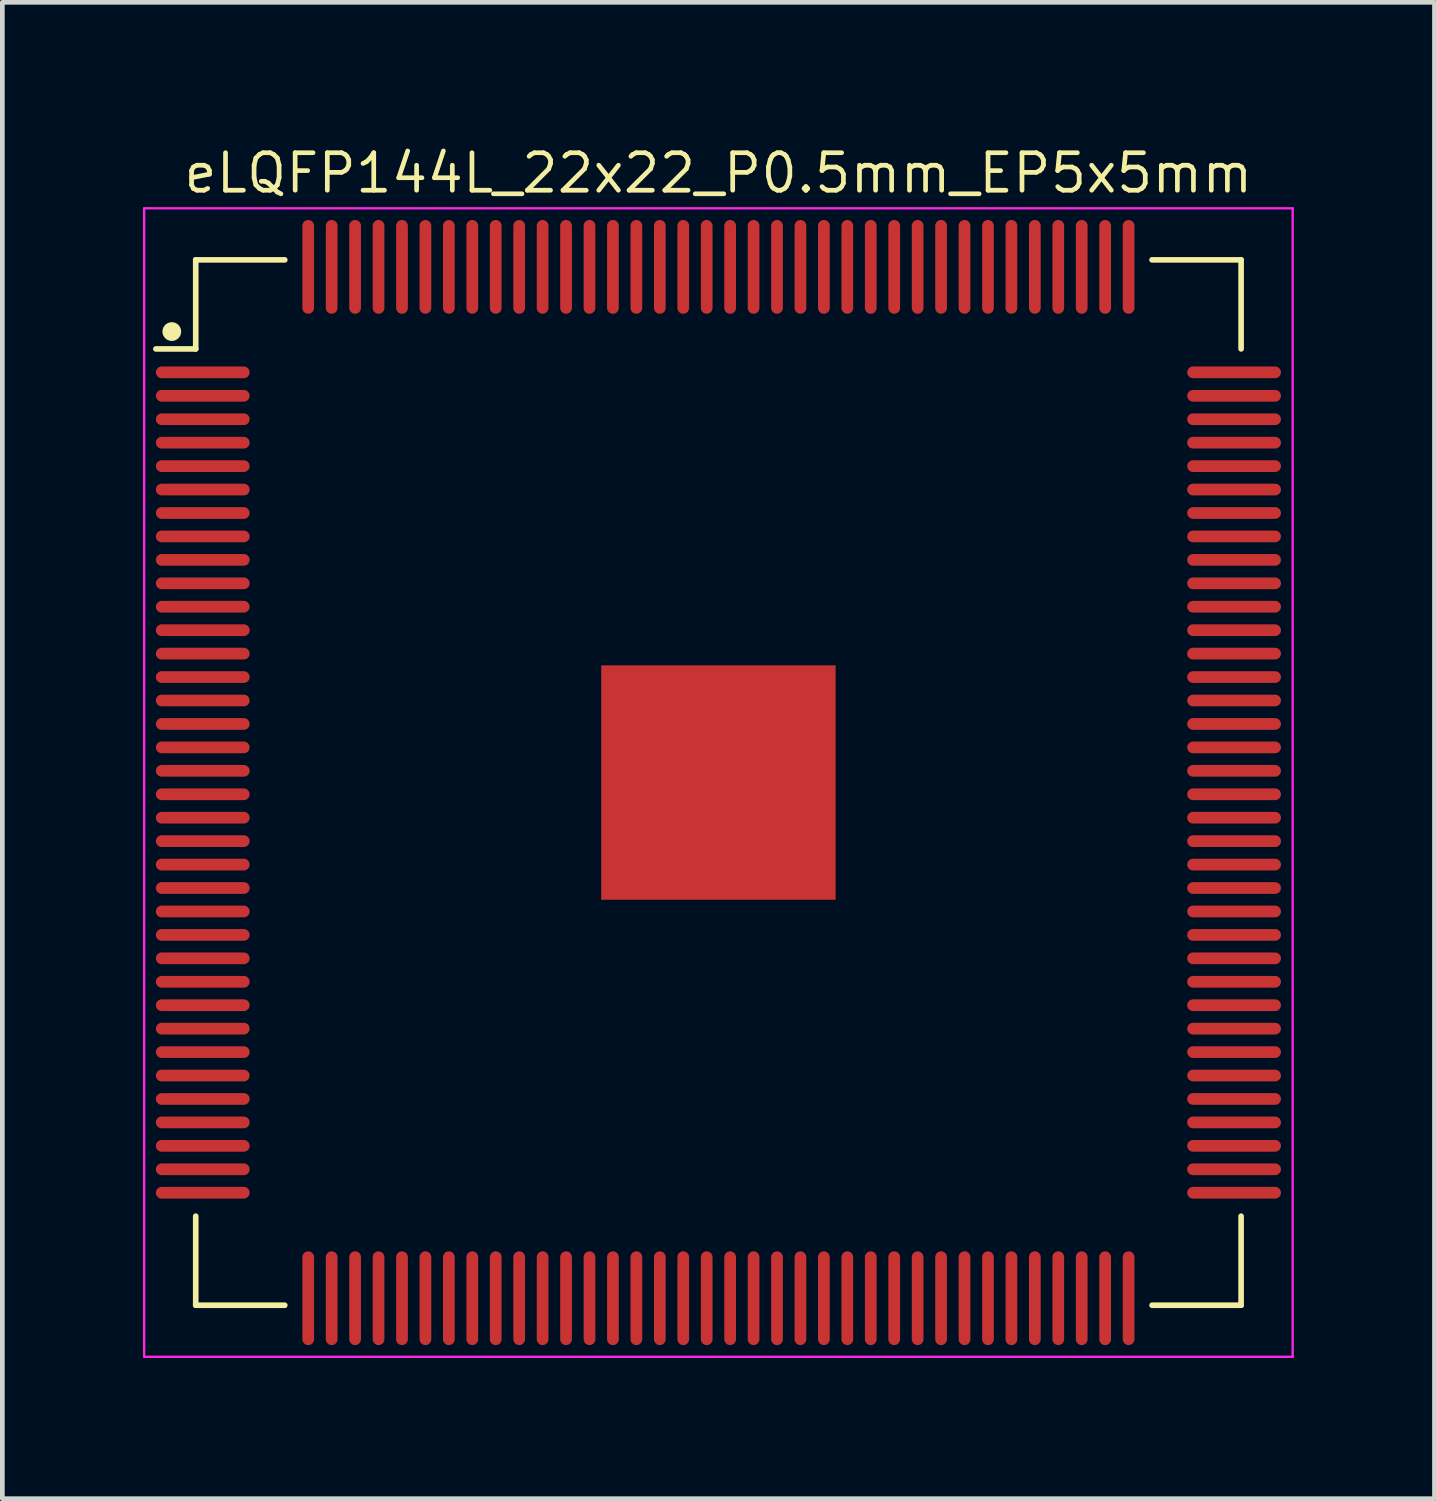
<source format=kicad_pcb>
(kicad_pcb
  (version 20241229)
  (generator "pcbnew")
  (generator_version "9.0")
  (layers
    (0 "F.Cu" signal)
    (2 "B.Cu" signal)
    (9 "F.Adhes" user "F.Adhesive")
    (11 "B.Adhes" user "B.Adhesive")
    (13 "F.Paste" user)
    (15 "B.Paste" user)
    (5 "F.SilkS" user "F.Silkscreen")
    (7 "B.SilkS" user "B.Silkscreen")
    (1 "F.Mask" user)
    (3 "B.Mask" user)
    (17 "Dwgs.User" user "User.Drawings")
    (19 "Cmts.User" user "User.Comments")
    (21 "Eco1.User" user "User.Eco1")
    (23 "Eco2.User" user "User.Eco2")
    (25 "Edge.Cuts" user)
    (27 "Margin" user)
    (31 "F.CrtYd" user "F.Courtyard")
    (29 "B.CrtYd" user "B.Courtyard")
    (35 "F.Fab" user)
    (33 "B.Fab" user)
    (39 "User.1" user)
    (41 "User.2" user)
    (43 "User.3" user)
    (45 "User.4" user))
  (footprint "eLQFP144L_22x22_P0.5mm_EP5x5mm"
    (layer "F.Cu")
    (at 12.275 13.643)
    (property "Reference" "eLQFP144L_22x22_P0.5mm_EP5x5mm" (at 0 -13 0) (unlocked yes) (layer "F.SilkS") (effects (font (size 0.8 0.8) (thickness 0.1))))
    (attr through_hole)
    (fp_line (start -11.15 -11.15) (end -11.15 -9.25) (stroke (width 0.12) (type solid)) (layer "F.SilkS"))
    (fp_line (start -11.15 -9.25) (end -12 -9.25) (stroke (width 0.12) (type solid)) (layer "F.SilkS"))
    (fp_line (start -11.15 11.15) (end -11.15 9.25) (stroke (width 0.12) (type solid)) (layer "F.SilkS"))
    (fp_line (start -9.25 -11.15) (end -11.15 -11.15) (stroke (width 0.12) (type solid)) (layer "F.SilkS"))
    (fp_line (start -9.25 11.15) (end -11.15 11.15) (stroke (width 0.12) (type solid)) (layer "F.SilkS"))
    (fp_line (start 9.25 -11.15) (end 11.15 -11.15) (stroke (width 0.12) (type solid)) (layer "F.SilkS"))
    (fp_line (start 9.25 11.15) (end 11.15 11.15) (stroke (width 0.12) (type solid)) (layer "F.SilkS"))
    (fp_line (start 11.15 -11.15) (end 11.15 -9.25) (stroke (width 0.12) (type solid)) (layer "F.SilkS"))
    (fp_line (start 11.15 11.15) (end 11.15 9.25) (stroke (width 0.12) (type solid)) (layer "F.SilkS"))
    (fp_circle (center -11.66 -9.62) (end -11.66 -9.72) (stroke (width 0.2) (type solid)) (fill no) (layer "F.SilkS"))
    (fp_line (start -12.25 -12.25) (end 12.25 -12.25) (stroke (width 0.05) (type solid)) (layer "F.CrtYd"))
    (fp_line (start -12.25 12.25) (end -12.25 -12.25) (stroke (width 0.05) (type solid)) (layer "F.CrtYd"))
    (fp_line (start 12.25 -12.25) (end 12.25 12.25) (stroke (width 0.05) (type solid)) (layer "F.CrtYd"))
    (fp_line (start 12.25 12.25) (end -12.25 12.25) (stroke (width 0.05) (type solid)) (layer "F.CrtYd"))
    (pad "" smd roundrect (at -1.676 -1.676) (size 1.13 1.13) (layers "F.Paste") (roundrect_rratio 0.221))
    (pad "" smd roundrect (at -1.674 0) (size 1.13 1.13) (layers "F.Paste") (roundrect_rratio 0.221))
    (pad "" smd roundrect (at -1.674 1.674) (size 1.13 1.13) (layers "F.Paste") (roundrect_rratio 0.221))
    (pad "" smd roundrect (at 0 -1.676) (size 1.13 1.13) (layers "F.Paste") (roundrect_rratio 0.221))
    (pad "" smd roundrect (at 0 1.674) (size 1.13 1.13) (layers "F.Paste") (roundrect_rratio 0.221))
    (pad "" smd roundrect (at 0.025 -0.076) (size 1.13 1.13) (layers "F.Paste") (roundrect_rratio 0.221))
    (pad "" smd roundrect (at 1.6 -0.152) (size 1.13 1.13) (layers "F.Paste") (roundrect_rratio 0.221))
    (pad "" smd roundrect (at 1.674 1.674) (size 1.13 1.13) (layers "F.Paste") (roundrect_rratio 0.221))
    (pad "" smd roundrect (at 1.676 -1.676) (size 1.13 1.13) (layers "F.Paste") (roundrect_rratio 0.221))
    (pad "1" smd oval (at -11 -8.75 90) (size 0.25 2) (layers "F.Cu" "F.Mask" "F.Paste"))
    (pad "2" smd oval (at -11 -8.25 90) (size 0.25 2) (layers "F.Cu" "F.Mask" "F.Paste"))
    (pad "3" smd oval (at -11 -7.75 90) (size 0.25 2) (layers "F.Cu" "F.Mask" "F.Paste"))
    (pad "4" smd oval (at -11 -7.25 90) (size 0.25 2) (layers "F.Cu" "F.Mask" "F.Paste"))
    (pad "5" smd oval (at -11 -6.75 90) (size 0.25 2) (layers "F.Cu" "F.Mask" "F.Paste"))
    (pad "6" smd oval (at -11 -6.25 90) (size 0.25 2) (layers "F.Cu" "F.Mask" "F.Paste"))
    (pad "7" smd oval (at -11 -5.75 90) (size 0.25 2) (layers "F.Cu" "F.Mask" "F.Paste"))
    (pad "8" smd oval (at -11 -5.25 90) (size 0.25 2) (layers "F.Cu" "F.Mask" "F.Paste"))
    (pad "9" smd oval (at -11 -4.75 90) (size 0.25 2) (layers "F.Cu" "F.Mask" "F.Paste"))
    (pad "10" smd oval (at -11 -4.25 90) (size 0.25 2) (layers "F.Cu" "F.Mask" "F.Paste"))
    (pad "11" smd oval (at -11 -3.75 90) (size 0.25 2) (layers "F.Cu" "F.Mask" "F.Paste"))
    (pad "12" smd oval (at -11 -3.25 90) (size 0.25 2) (layers "F.Cu" "F.Mask" "F.Paste"))
    (pad "13" smd oval (at -11 -2.75 90) (size 0.25 2) (layers "F.Cu" "F.Mask" "F.Paste"))
    (pad "14" smd oval (at -11 -2.25 90) (size 0.25 2) (layers "F.Cu" "F.Mask" "F.Paste"))
    (pad "15" smd oval (at -11 -1.75 90) (size 0.25 2) (layers "F.Cu" "F.Mask" "F.Paste"))
    (pad "16" smd oval (at -11 -1.25 90) (size 0.25 2) (layers "F.Cu" "F.Mask" "F.Paste"))
    (pad "17" smd oval (at -11 -0.75 90) (size 0.25 2) (layers "F.Cu" "F.Mask" "F.Paste"))
    (pad "18" smd oval (at -11 -0.25 90) (size 0.25 2) (layers "F.Cu" "F.Mask" "F.Paste"))
    (pad "19" smd oval (at -11 0.25 90) (size 0.25 2) (layers "F.Cu" "F.Mask" "F.Paste"))
    (pad "20" smd oval (at -11 0.75 90) (size 0.25 2) (layers "F.Cu" "F.Mask" "F.Paste"))
    (pad "21" smd oval (at -11 1.25 90) (size 0.25 2) (layers "F.Cu" "F.Mask" "F.Paste"))
    (pad "22" smd oval (at -11 1.75 90) (size 0.25 2) (layers "F.Cu" "F.Mask" "F.Paste"))
    (pad "23" smd oval (at -11 2.25 90) (size 0.25 2) (layers "F.Cu" "F.Mask" "F.Paste"))
    (pad "24" smd oval (at -11 2.75 90) (size 0.25 2) (layers "F.Cu" "F.Mask" "F.Paste"))
    (pad "25" smd oval (at -11 3.25 90) (size 0.25 2) (layers "F.Cu" "F.Mask" "F.Paste"))
    (pad "26" smd oval (at -11 3.75 90) (size 0.25 2) (layers "F.Cu" "F.Mask" "F.Paste"))
    (pad "27" smd oval (at -11 4.25 90) (size 0.25 2) (layers "F.Cu" "F.Mask" "F.Paste"))
    (pad "28" smd oval (at -11 4.75 90) (size 0.25 2) (layers "F.Cu" "F.Mask" "F.Paste"))
    (pad "29" smd oval (at -11 5.25 90) (size 0.25 2) (layers "F.Cu" "F.Mask" "F.Paste"))
    (pad "30" smd oval (at -11 5.75 90) (size 0.25 2) (layers "F.Cu" "F.Mask" "F.Paste"))
    (pad "31" smd oval (at -11 6.25 90) (size 0.25 2) (layers "F.Cu" "F.Mask" "F.Paste"))
    (pad "32" smd oval (at -11 6.75 90) (size 0.25 2) (layers "F.Cu" "F.Mask" "F.Paste"))
    (pad "33" smd oval (at -11 7.25 90) (size 0.25 2) (layers "F.Cu" "F.Mask" "F.Paste"))
    (pad "34" smd oval (at -11 7.75 90) (size 0.25 2) (layers "F.Cu" "F.Mask" "F.Paste"))
    (pad "35" smd oval (at -11 8.25 90) (size 0.25 2) (layers "F.Cu" "F.Mask" "F.Paste"))
    (pad "36" smd oval (at -11 8.75 90) (size 0.25 2) (layers "F.Cu" "F.Mask" "F.Paste"))
    (pad "37" smd oval (at -8.75 11) (size 0.25 2) (layers "F.Cu" "F.Mask" "F.Paste"))
    (pad "38" smd oval (at -8.25 11) (size 0.25 2) (layers "F.Cu" "F.Mask" "F.Paste"))
    (pad "39" smd oval (at -7.75 11) (size 0.25 2) (layers "F.Cu" "F.Mask" "F.Paste"))
    (pad "40" smd oval (at -7.25 11) (size 0.25 2) (layers "F.Cu" "F.Mask" "F.Paste"))
    (pad "41" smd oval (at -6.75 11) (size 0.25 2) (layers "F.Cu" "F.Mask" "F.Paste"))
    (pad "42" smd oval (at -6.25 11) (size 0.25 2) (layers "F.Cu" "F.Mask" "F.Paste"))
    (pad "43" smd oval (at -5.75 11) (size 0.25 2) (layers "F.Cu" "F.Mask" "F.Paste"))
    (pad "44" smd oval (at -5.25 11) (size 0.25 2) (layers "F.Cu" "F.Mask" "F.Paste"))
    (pad "45" smd oval (at -4.75 11) (size 0.25 2) (layers "F.Cu" "F.Mask" "F.Paste"))
    (pad "46" smd oval (at -4.25 11) (size 0.25 2) (layers "F.Cu" "F.Mask" "F.Paste"))
    (pad "47" smd oval (at -3.75 11) (size 0.25 2) (layers "F.Cu" "F.Mask" "F.Paste"))
    (pad "48" smd oval (at -3.25 11) (size 0.25 2) (layers "F.Cu" "F.Mask" "F.Paste"))
    (pad "49" smd oval (at -2.75 11) (size 0.25 2) (layers "F.Cu" "F.Mask" "F.Paste"))
    (pad "50" smd oval (at -2.25 11) (size 0.25 2) (layers "F.Cu" "F.Mask" "F.Paste"))
    (pad "51" smd oval (at -1.75 11) (size 0.25 2) (layers "F.Cu" "F.Mask" "F.Paste"))
    (pad "52" smd oval (at -1.25 11) (size 0.25 2) (layers "F.Cu" "F.Mask" "F.Paste"))
    (pad "53" smd oval (at -0.75 11) (size 0.25 2) (layers "F.Cu" "F.Mask" "F.Paste"))
    (pad "54" smd oval (at -0.25 11) (size 0.25 2) (layers "F.Cu" "F.Mask" "F.Paste"))
    (pad "55" smd oval (at 0.25 11) (size 0.25 2) (layers "F.Cu" "F.Mask" "F.Paste"))
    (pad "56" smd oval (at 0.75 11) (size 0.25 2) (layers "F.Cu" "F.Mask" "F.Paste"))
    (pad "57" smd oval (at 1.25 11) (size 0.25 2) (layers "F.Cu" "F.Mask" "F.Paste"))
    (pad "58" smd oval (at 1.75 11) (size 0.25 2) (layers "F.Cu" "F.Mask" "F.Paste"))
    (pad "59" smd oval (at 2.25 11) (size 0.25 2) (layers "F.Cu" "F.Mask" "F.Paste"))
    (pad "60" smd oval (at 2.75 11) (size 0.25 2) (layers "F.Cu" "F.Mask" "F.Paste"))
    (pad "61" smd oval (at 3.25 11) (size 0.25 2) (layers "F.Cu" "F.Mask" "F.Paste"))
    (pad "62" smd oval (at 3.75 11) (size 0.25 2) (layers "F.Cu" "F.Mask" "F.Paste"))
    (pad "63" smd oval (at 4.25 11) (size 0.25 2) (layers "F.Cu" "F.Mask" "F.Paste"))
    (pad "64" smd oval (at 4.75 11) (size 0.25 2) (layers "F.Cu" "F.Mask" "F.Paste"))
    (pad "65" smd oval (at 5.25 11) (size 0.25 2) (layers "F.Cu" "F.Mask" "F.Paste"))
    (pad "66" smd oval (at 5.75 11) (size 0.25 2) (layers "F.Cu" "F.Mask" "F.Paste"))
    (pad "67" smd oval (at 6.25 11) (size 0.25 2) (layers "F.Cu" "F.Mask" "F.Paste"))
    (pad "68" smd oval (at 6.75 11) (size 0.25 2) (layers "F.Cu" "F.Mask" "F.Paste"))
    (pad "69" smd oval (at 7.25 11) (size 0.25 2) (layers "F.Cu" "F.Mask" "F.Paste"))
    (pad "70" smd oval (at 7.75 11) (size 0.25 2) (layers "F.Cu" "F.Mask" "F.Paste"))
    (pad "71" smd oval (at 8.25 11) (size 0.25 2) (layers "F.Cu" "F.Mask" "F.Paste"))
    (pad "72" smd oval (at 8.75 11) (size 0.25 2) (layers "F.Cu" "F.Mask" "F.Paste"))
    (pad "73" smd oval (at 11 8.75 90) (size 0.25 2) (layers "F.Cu" "F.Mask" "F.Paste"))
    (pad "74" smd oval (at 11 8.25 90) (size 0.25 2) (layers "F.Cu" "F.Mask" "F.Paste"))
    (pad "75" smd oval (at 11 7.75 90) (size 0.25 2) (layers "F.Cu" "F.Mask" "F.Paste"))
    (pad "76" smd oval (at 11 7.25 90) (size 0.25 2) (layers "F.Cu" "F.Mask" "F.Paste"))
    (pad "77" smd oval (at 11 6.75 90) (size 0.25 2) (layers "F.Cu" "F.Mask" "F.Paste"))
    (pad "78" smd oval (at 11 6.25 90) (size 0.25 2) (layers "F.Cu" "F.Mask" "F.Paste"))
    (pad "79" smd oval (at 11 5.75 90) (size 0.25 2) (layers "F.Cu" "F.Mask" "F.Paste"))
    (pad "80" smd oval (at 11 5.25 90) (size 0.25 2) (layers "F.Cu" "F.Mask" "F.Paste"))
    (pad "81" smd oval (at 11 4.75 90) (size 0.25 2) (layers "F.Cu" "F.Mask" "F.Paste"))
    (pad "82" smd oval (at 11 4.25 90) (size 0.25 2) (layers "F.Cu" "F.Mask" "F.Paste"))
    (pad "83" smd oval (at 11 3.75 90) (size 0.25 2) (layers "F.Cu" "F.Mask" "F.Paste"))
    (pad "84" smd oval (at 11 3.25 90) (size 0.25 2) (layers "F.Cu" "F.Mask" "F.Paste"))
    (pad "85" smd oval (at 11 2.75 90) (size 0.25 2) (layers "F.Cu" "F.Mask" "F.Paste"))
    (pad "86" smd oval (at 11 2.25 90) (size 0.25 2) (layers "F.Cu" "F.Mask" "F.Paste"))
    (pad "87" smd oval (at 11 1.75 90) (size 0.25 2) (layers "F.Cu" "F.Mask" "F.Paste"))
    (pad "88" smd oval (at 11 1.25 90) (size 0.25 2) (layers "F.Cu" "F.Mask" "F.Paste"))
    (pad "89" smd oval (at 11 0.75 90) (size 0.25 2) (layers "F.Cu" "F.Mask" "F.Paste"))
    (pad "90" smd oval (at 11 0.25 90) (size 0.25 2) (layers "F.Cu" "F.Mask" "F.Paste"))
    (pad "91" smd oval (at 11 -0.25 90) (size 0.25 2) (layers "F.Cu" "F.Mask" "F.Paste"))
    (pad "92" smd oval (at 11 -0.75 90) (size 0.25 2) (layers "F.Cu" "F.Mask" "F.Paste"))
    (pad "93" smd oval (at 11 -1.25 90) (size 0.25 2) (layers "F.Cu" "F.Mask" "F.Paste"))
    (pad "94" smd oval (at 11 -1.75 90) (size 0.25 2) (layers "F.Cu" "F.Mask" "F.Paste"))
    (pad "95" smd oval (at 11 -2.25 90) (size 0.25 2) (layers "F.Cu" "F.Mask" "F.Paste"))
    (pad "96" smd oval (at 11 -2.75 90) (size 0.25 2) (layers "F.Cu" "F.Mask" "F.Paste"))
    (pad "97" smd oval (at 11 -3.25 90) (size 0.25 2) (layers "F.Cu" "F.Mask" "F.Paste"))
    (pad "98" smd oval (at 11 -3.75 90) (size 0.25 2) (layers "F.Cu" "F.Mask" "F.Paste"))
    (pad "99" smd oval (at 11 -4.25 90) (size 0.25 2) (layers "F.Cu" "F.Mask" "F.Paste"))
    (pad "100" smd oval (at 11 -4.75 90) (size 0.25 2) (layers "F.Cu" "F.Mask" "F.Paste"))
    (pad "101" smd oval (at 11 -5.25 90) (size 0.25 2) (layers "F.Cu" "F.Mask" "F.Paste"))
    (pad "102" smd oval (at 11 -5.75 90) (size 0.25 2) (layers "F.Cu" "F.Mask" "F.Paste"))
    (pad "103" smd oval (at 11 -6.25 90) (size 0.25 2) (layers "F.Cu" "F.Mask" "F.Paste"))
    (pad "104" smd oval (at 11 -6.75 90) (size 0.25 2) (layers "F.Cu" "F.Mask" "F.Paste"))
    (pad "105" smd oval (at 11 -7.25 90) (size 0.25 2) (layers "F.Cu" "F.Mask" "F.Paste"))
    (pad "106" smd oval (at 11 -7.75 90) (size 0.25 2) (layers "F.Cu" "F.Mask" "F.Paste"))
    (pad "107" smd oval (at 11 -8.25 90) (size 0.25 2) (layers "F.Cu" "F.Mask" "F.Paste"))
    (pad "108" smd oval (at 11 -8.75 90) (size 0.25 2) (layers "F.Cu" "F.Mask" "F.Paste"))
    (pad "109" smd oval (at 8.75 -11) (size 0.25 2) (layers "F.Cu" "F.Mask" "F.Paste"))
    (pad "110" smd oval (at 8.25 -11) (size 0.25 2) (layers "F.Cu" "F.Mask" "F.Paste"))
    (pad "111" smd oval (at 7.75 -11) (size 0.25 2) (layers "F.Cu" "F.Mask" "F.Paste"))
    (pad "112" smd oval (at 7.25 -11) (size 0.25 2) (layers "F.Cu" "F.Mask" "F.Paste"))
    (pad "113" smd oval (at 6.75 -11) (size 0.25 2) (layers "F.Cu" "F.Mask" "F.Paste"))
    (pad "114" smd oval (at 6.25 -11) (size 0.25 2) (layers "F.Cu" "F.Mask" "F.Paste"))
    (pad "115" smd oval (at 5.75 -11) (size 0.25 2) (layers "F.Cu" "F.Mask" "F.Paste"))
    (pad "116" smd oval (at 5.25 -11) (size 0.25 2) (layers "F.Cu" "F.Mask" "F.Paste"))
    (pad "117" smd oval (at 4.75 -11) (size 0.25 2) (layers "F.Cu" "F.Mask" "F.Paste"))
    (pad "118" smd oval (at 4.25 -11) (size 0.25 2) (layers "F.Cu" "F.Mask" "F.Paste"))
    (pad "119" smd oval (at 3.75 -11) (size 0.25 2) (layers "F.Cu" "F.Mask" "F.Paste"))
    (pad "120" smd oval (at 3.25 -11) (size 0.25 2) (layers "F.Cu" "F.Mask" "F.Paste"))
    (pad "121" smd oval (at 2.75 -11) (size 0.25 2) (layers "F.Cu" "F.Mask" "F.Paste"))
    (pad "122" smd oval (at 2.25 -11) (size 0.25 2) (layers "F.Cu" "F.Mask" "F.Paste"))
    (pad "123" smd oval (at 1.75 -11) (size 0.25 2) (layers "F.Cu" "F.Mask" "F.Paste"))
    (pad "124" smd oval (at 1.25 -11) (size 0.25 2) (layers "F.Cu" "F.Mask" "F.Paste"))
    (pad "125" smd oval (at 0.75 -11) (size 0.25 2) (layers "F.Cu" "F.Mask" "F.Paste"))
    (pad "126" smd oval (at 0.25 -11) (size 0.25 2) (layers "F.Cu" "F.Mask" "F.Paste"))
    (pad "127" smd oval (at -0.25 -11) (size 0.25 2) (layers "F.Cu" "F.Mask" "F.Paste"))
    (pad "128" smd oval (at -0.75 -11) (size 0.25 2) (layers "F.Cu" "F.Mask" "F.Paste"))
    (pad "129" smd oval (at -1.25 -11) (size 0.25 2) (layers "F.Cu" "F.Mask" "F.Paste"))
    (pad "130" smd oval (at -1.75 -11) (size 0.25 2) (layers "F.Cu" "F.Mask" "F.Paste"))
    (pad "131" smd oval (at -2.25 -11) (size 0.25 2) (layers "F.Cu" "F.Mask" "F.Paste"))
    (pad "132" smd oval (at -2.75 -11) (size 0.25 2) (layers "F.Cu" "F.Mask" "F.Paste"))
    (pad "133" smd oval (at -3.25 -11) (size 0.25 2) (layers "F.Cu" "F.Mask" "F.Paste"))
    (pad "134" smd oval (at -3.75 -11) (size 0.25 2) (layers "F.Cu" "F.Mask" "F.Paste"))
    (pad "135" smd oval (at -4.25 -11) (size 0.25 2) (layers "F.Cu" "F.Mask" "F.Paste"))
    (pad "136" smd oval (at -4.75 -11) (size 0.25 2) (layers "F.Cu" "F.Mask" "F.Paste"))
    (pad "137" smd oval (at -5.25 -11) (size 0.25 2) (layers "F.Cu" "F.Mask" "F.Paste"))
    (pad "138" smd oval (at -5.75 -11) (size 0.25 2) (layers "F.Cu" "F.Mask" "F.Paste"))
    (pad "139" smd oval (at -6.25 -11) (size 0.25 2) (layers "F.Cu" "F.Mask" "F.Paste"))
    (pad "140" smd oval (at -6.75 -11) (size 0.25 2) (layers "F.Cu" "F.Mask" "F.Paste"))
    (pad "141" smd oval (at -7.25 -11) (size 0.25 2) (layers "F.Cu" "F.Mask" "F.Paste"))
    (pad "142" smd oval (at -7.75 -11) (size 0.25 2) (layers "F.Cu" "F.Mask" "F.Paste"))
    (pad "143" smd oval (at -8.25 -11) (size 0.25 2) (layers "F.Cu" "F.Mask" "F.Paste"))
    (pad "144" smd oval (at -8.75 -11) (size 0.25 2) (layers "F.Cu" "F.Mask" "F.Paste"))
    (pad "145" smd rect (at 0 0 90) (size 5 5) (layers "F.Cu" "F.Mask")))
  (gr_rect
    (start -3 -3)
    (end 27.55 28.919)
    (stroke (width 0.1) (type default))
    (fill no)
    (layer "Edge.Cuts")))
</source>
